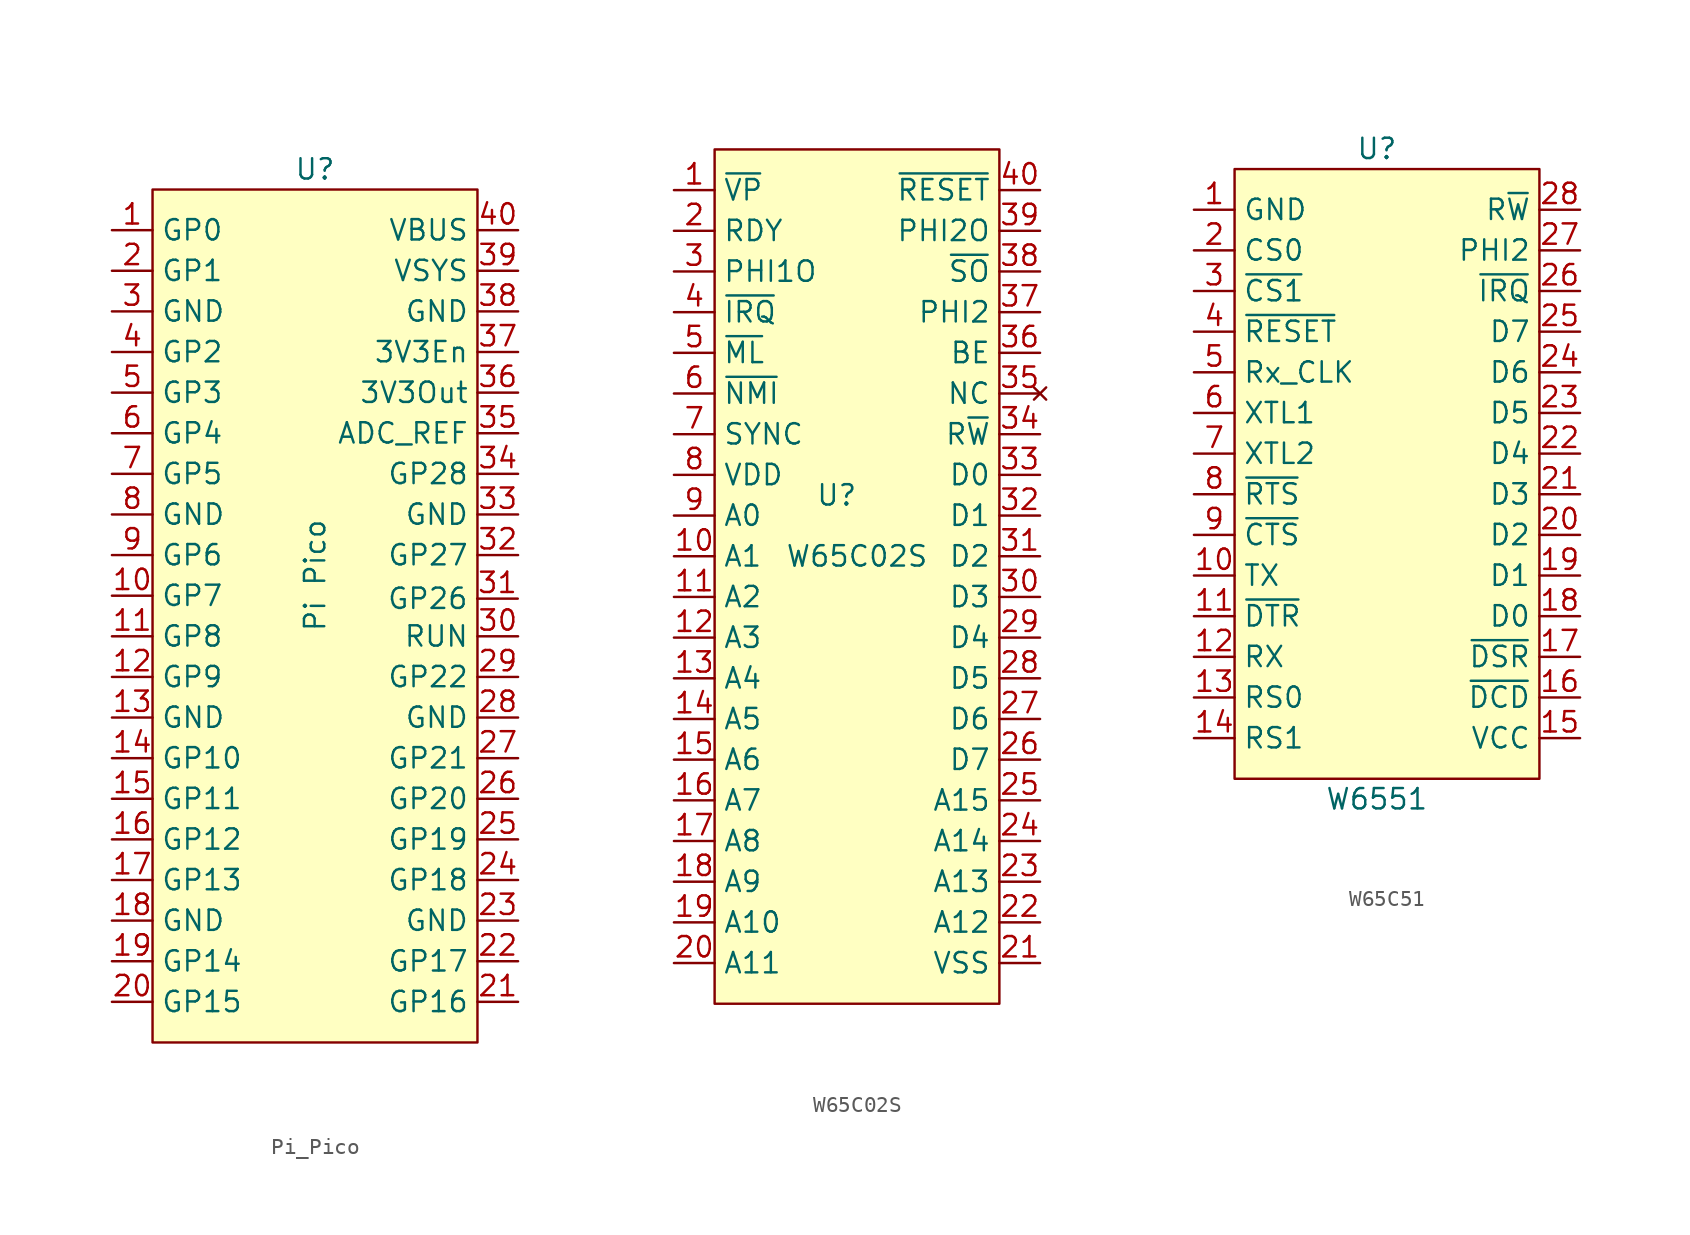
<source format=kicad_sym>
(kicad_symbol_lib
  (version 20220914)
  (generator kicad_symbol_editor)
  (symbol "Pi_Pico"
    (property "Reference" "U"
      (at 0 26.67 0)
      (effects (font (size 1.27 1.27))))
    (property "Value" "Pi Pico"
      (at 0 1.27 90)
      (effects (font (size 1.27 1.27))))
    (symbol "Pi_Pico_1_1"
      (rectangle (start -10.16 25.4) (end 10.16 -27.94) (stroke (width 0) (type default)) (fill (type background)))
      (pin bidirectional line (at -12.7 22.86 0) (length 2.54) (name "GP0" (effects (font (size 1.27 1.27)))) (number "1" (effects (font (size 1.27 1.27)))))
      (pin bidirectional line (at -12.7 0 0) (length 2.54) (name "GP7" (effects (font (size 1.27 1.27)))) (number "10" (effects (font (size 1.27 1.27)))))
      (pin bidirectional line (at -12.7 -2.54 0) (length 2.54) (name "GP8" (effects (font (size 1.27 1.27)))) (number "11" (effects (font (size 1.27 1.27)))))
      (pin bidirectional line (at -12.7 -5.08 0) (length 2.54) (name "GP9" (effects (font (size 1.27 1.27)))) (number "12" (effects (font (size 1.27 1.27)))))
      (pin power_in line (at -12.7 -7.62 0) (length 2.54) (name "GND" (effects (font (size 1.27 1.27)))) (number "13" (effects (font (size 1.27 1.27)))))
      (pin bidirectional line (at -12.7 -10.16 0) (length 2.54) (name "GP10" (effects (font (size 1.27 1.27)))) (number "14" (effects (font (size 1.27 1.27)))))
      (pin bidirectional line (at -12.7 -12.7 0) (length 2.54) (name "GP11" (effects (font (size 1.27 1.27)))) (number "15" (effects (font (size 1.27 1.27)))))
      (pin bidirectional line (at -12.7 -15.24 0) (length 2.54) (name "GP12" (effects (font (size 1.27 1.27)))) (number "16" (effects (font (size 1.27 1.27)))))
      (pin bidirectional line (at -12.7 -17.78 0) (length 2.54) (name "GP13" (effects (font (size 1.27 1.27)))) (number "17" (effects (font (size 1.27 1.27)))))
      (pin power_in line (at -12.7 -20.32 0) (length 2.54) (name "GND" (effects (font (size 1.27 1.27)))) (number "18" (effects (font (size 1.27 1.27)))))
      (pin bidirectional line (at -12.7 -22.86 0) (length 2.54) (name "GP14" (effects (font (size 1.27 1.27)))) (number "19" (effects (font (size 1.27 1.27)))))
      (pin bidirectional line (at -12.7 20.32 0) (length 2.54) (name "GP1" (effects (font (size 1.27 1.27)))) (number "2" (effects (font (size 1.27 1.27)))))
      (pin bidirectional line (at -12.7 -25.4 0) (length 2.54) (name "GP15" (effects (font (size 1.27 1.27)))) (number "20" (effects (font (size 1.27 1.27)))))
      (pin bidirectional line (at 12.7 -25.4 180) (length 2.54) (name "GP16" (effects (font (size 1.27 1.27)))) (number "21" (effects (font (size 1.27 1.27)))))
      (pin bidirectional line (at 12.7 -22.86 180) (length 2.54) (name "GP17" (effects (font (size 1.27 1.27)))) (number "22" (effects (font (size 1.27 1.27)))))
      (pin power_in line (at 12.7 -20.32 180) (length 2.54) (name "GND" (effects (font (size 1.27 1.27)))) (number "23" (effects (font (size 1.27 1.27)))))
      (pin bidirectional line (at 12.7 -17.78 180) (length 2.54) (name "GP18" (effects (font (size 1.27 1.27)))) (number "24" (effects (font (size 1.27 1.27)))))
      (pin bidirectional line (at 12.7 -15.24 180) (length 2.54) (name "GP19" (effects (font (size 1.27 1.27)))) (number "25" (effects (font (size 1.27 1.27)))))
      (pin bidirectional line (at 12.7 -12.7 180) (length 2.54) (name "GP20" (effects (font (size 1.27 1.27)))) (number "26" (effects (font (size 1.27 1.27)))))
      (pin bidirectional line (at 12.7 -10.16 180) (length 2.54) (name "GP21" (effects (font (size 1.27 1.27)))) (number "27" (effects (font (size 1.27 1.27)))))
      (pin power_in line (at 12.7 -7.62 180) (length 2.54) (name "GND" (effects (font (size 1.27 1.27)))) (number "28" (effects (font (size 1.27 1.27)))))
      (pin bidirectional line (at 12.7 -5.08 180) (length 2.54) (name "GP22" (effects (font (size 1.27 1.27)))) (number "29" (effects (font (size 1.27 1.27)))))
      (pin power_in line (at -12.7 17.78 0) (length 2.54) (name "GND" (effects (font (size 1.27 1.27)))) (number "3" (effects (font (size 1.27 1.27)))))
      (pin input line (at 12.7 -2.54 180) (length 2.54) (name "RUN" (effects (font (size 1.27 1.27)))) (number "30" (effects (font (size 1.27 1.27)))))
      (pin bidirectional line (at 12.681 -0.184 180) (length 2.54) (name "GP26" (effects (font (size 1.27 1.27)))) (number "31" (effects (font (size 1.27 1.27)))))
      (pin bidirectional line (at 12.7 2.54 180) (length 2.54) (name "GP27" (effects (font (size 1.27 1.27)))) (number "32" (effects (font (size 1.27 1.27)))))
      (pin power_in line (at 12.7 5.08 180) (length 2.54) (name "GND" (effects (font (size 1.27 1.27)))) (number "33" (effects (font (size 1.27 1.27)))))
      (pin bidirectional line (at 12.7 7.62 180) (length 2.54) (name "GP28" (effects (font (size 1.27 1.27)))) (number "34" (effects (font (size 1.27 1.27)))))
      (pin input line (at 12.7 10.16 180) (length 2.54) (name "ADC_REF" (effects (font (size 1.27 1.27)))) (number "35" (effects (font (size 1.27 1.27)))))
      (pin power_out line (at 12.7 12.7 180) (length 2.54) (name "3V3Out" (effects (font (size 1.27 1.27)))) (number "36" (effects (font (size 1.27 1.27)))))
      (pin input line (at 12.7 15.24 180) (length 2.54) (name "3V3En" (effects (font (size 1.27 1.27)))) (number "37" (effects (font (size 1.27 1.27)))))
      (pin power_in line (at 12.7 17.78 180) (length 2.54) (name "GND" (effects (font (size 1.27 1.27)))) (number "38" (effects (font (size 1.27 1.27)))))
      (pin power_out line (at 12.7 20.32 180) (length 2.54) (name "VSYS" (effects (font (size 1.27 1.27)))) (number "39" (effects (font (size 1.27 1.27)))))
      (pin bidirectional line (at -12.7 15.24 0) (length 2.54) (name "GP2" (effects (font (size 1.27 1.27)))) (number "4" (effects (font (size 1.27 1.27)))))
      (pin power_in line (at 12.7 22.86 180) (length 2.54) (name "VBUS" (effects (font (size 1.27 1.27)))) (number "40" (effects (font (size 1.27 1.27)))))
      (pin bidirectional line (at -12.7 12.7 0) (length 2.54) (name "GP3" (effects (font (size 1.27 1.27)))) (number "5" (effects (font (size 1.27 1.27)))))
      (pin bidirectional line (at -12.7 10.16 0) (length 2.54) (name "GP4" (effects (font (size 1.27 1.27)))) (number "6" (effects (font (size 1.27 1.27)))))
      (pin power_in line (at -12.7 7.62 0) (length 2.54) (name "GP5" (effects (font (size 1.27 1.27)))) (number "7" (effects (font (size 1.27 1.27)))))
      (pin power_in line (at -12.7 5.08 0) (length 2.54) (name "GND" (effects (font (size 1.27 1.27)))) (number "8" (effects (font (size 1.27 1.27)))))
      (pin bidirectional line (at -12.7 2.54 0) (length 2.54) (name "GP6" (effects (font (size 1.27 1.27)))) (number "9" (effects (font (size 1.27 1.27)))))))
  (symbol "W65C02S"
    (property "Reference" "U"
      (at -1.27 1.27 0)
      (effects (font (size 1.27 1.27))))
    (property "Value" "W65C02S"
      (at 0 -2.54 0)
      (effects (font (size 1.27 1.27))))
    (symbol "W65C02S_1_1"
      (rectangle (start -8.89 22.86) (end 8.89 -30.48) (stroke (width 0) (type default)) (fill (type background)))
      (pin output line (at -11.43 20.32 0) (length 2.54) (name "~{VP}" (effects (font (size 1.27 1.27)))) (number "1" (effects (font (size 1.27 1.27)))))
      (pin output line (at -11.43 -2.54 0) (length 2.54) (name "A1" (effects (font (size 1.27 1.27)))) (number "10" (effects (font (size 1.27 1.27)))))
      (pin output line (at -11.43 -5.08 0) (length 2.54) (name "A2" (effects (font (size 1.27 1.27)))) (number "11" (effects (font (size 1.27 1.27)))))
      (pin output line (at -11.43 -7.62 0) (length 2.54) (name "A3" (effects (font (size 1.27 1.27)))) (number "12" (effects (font (size 1.27 1.27)))))
      (pin output line (at -11.43 -10.16 0) (length 2.54) (name "A4" (effects (font (size 1.27 1.27)))) (number "13" (effects (font (size 1.27 1.27)))))
      (pin output line (at -11.43 -12.7 0) (length 2.54) (name "A5" (effects (font (size 1.27 1.27)))) (number "14" (effects (font (size 1.27 1.27)))))
      (pin output line (at -11.43 -15.24 0) (length 2.54) (name "A6" (effects (font (size 1.27 1.27)))) (number "15" (effects (font (size 1.27 1.27)))))
      (pin output line (at -11.43 -17.78 0) (length 2.54) (name "A7" (effects (font (size 1.27 1.27)))) (number "16" (effects (font (size 1.27 1.27)))))
      (pin output line (at -11.43 -20.32 0) (length 2.54) (name "A8" (effects (font (size 1.27 1.27)))) (number "17" (effects (font (size 1.27 1.27)))))
      (pin output line (at -11.43 -22.86 0) (length 2.54) (name "A9" (effects (font (size 1.27 1.27)))) (number "18" (effects (font (size 1.27 1.27)))))
      (pin output line (at -11.43 -25.4 0) (length 2.54) (name "A10" (effects (font (size 1.27 1.27)))) (number "19" (effects (font (size 1.27 1.27)))))
      (pin input line (at -11.43 17.78 0) (length 2.54) (name "RDY" (effects (font (size 1.27 1.27)))) (number "2" (effects (font (size 1.27 1.27)))))
      (pin output line (at -11.43 -27.94 0) (length 2.54) (name "A11" (effects (font (size 1.27 1.27)))) (number "20" (effects (font (size 1.27 1.27)))))
      (pin power_in line (at 11.43 -27.94 180) (length 2.54) (name "VSS" (effects (font (size 1.27 1.27)))) (number "21" (effects (font (size 1.27 1.27)))))
      (pin output line (at 11.43 -25.4 180) (length 2.54) (name "A12" (effects (font (size 1.27 1.27)))) (number "22" (effects (font (size 1.27 1.27)))))
      (pin output line (at 11.43 -22.86 180) (length 2.54) (name "A13" (effects (font (size 1.27 1.27)))) (number "23" (effects (font (size 1.27 1.27)))))
      (pin output line (at 11.43 -20.32 180) (length 2.54) (name "A14" (effects (font (size 1.27 1.27)))) (number "24" (effects (font (size 1.27 1.27)))))
      (pin output line (at 11.43 -17.78 180) (length 2.54) (name "A15" (effects (font (size 1.27 1.27)))) (number "25" (effects (font (size 1.27 1.27)))))
      (pin bidirectional line (at 11.43 -15.24 180) (length 2.54) (name "D7" (effects (font (size 1.27 1.27)))) (number "26" (effects (font (size 1.27 1.27)))))
      (pin bidirectional line (at 11.43 -12.7 180) (length 2.54) (name "D6" (effects (font (size 1.27 1.27)))) (number "27" (effects (font (size 1.27 1.27)))))
      (pin bidirectional line (at 11.43 -10.16 180) (length 2.54) (name "D5" (effects (font (size 1.27 1.27)))) (number "28" (effects (font (size 1.27 1.27)))))
      (pin bidirectional line (at 11.43 -7.62 180) (length 2.54) (name "D4" (effects (font (size 1.27 1.27)))) (number "29" (effects (font (size 1.27 1.27)))))
      (pin output line (at -11.43 15.24 0) (length 2.54) (name "PHI1O" (effects (font (size 1.27 1.27)))) (number "3" (effects (font (size 1.27 1.27)))))
      (pin bidirectional line (at 11.43 -5.08 180) (length 2.54) (name "D3" (effects (font (size 1.27 1.27)))) (number "30" (effects (font (size 1.27 1.27)))))
      (pin bidirectional line (at 11.43 -2.54 180) (length 2.54) (name "D2" (effects (font (size 1.27 1.27)))) (number "31" (effects (font (size 1.27 1.27)))))
      (pin bidirectional line (at 11.43 0 180) (length 2.54) (name "D1" (effects (font (size 1.27 1.27)))) (number "32" (effects (font (size 1.27 1.27)))))
      (pin bidirectional line (at 11.43 2.54 180) (length 2.54) (name "D0" (effects (font (size 1.27 1.27)))) (number "33" (effects (font (size 1.27 1.27)))))
      (pin output line (at 11.43 5.08 180) (length 2.54) (name "R~{W}" (effects (font (size 1.27 1.27)))) (number "34" (effects (font (size 1.27 1.27)))))
      (pin no_connect line (at 11.43 7.62 180) (length 2.54) (name "NC" (effects (font (size 1.27 1.27)))) (number "35" (effects (font (size 1.27 1.27)))))
      (pin input line (at 11.43 10.16 180) (length 2.54) (name "BE" (effects (font (size 1.27 1.27)))) (number "36" (effects (font (size 1.27 1.27)))))
      (pin input line (at 11.43 12.7 180) (length 2.54) (name "PHI2" (effects (font (size 1.27 1.27)))) (number "37" (effects (font (size 1.27 1.27)))))
      (pin input line (at 11.43 15.24 180) (length 2.54) (name "~{SO}" (effects (font (size 1.27 1.27)))) (number "38" (effects (font (size 1.27 1.27)))))
      (pin output line (at 11.43 17.78 180) (length 2.54) (name "PHI2O" (effects (font (size 1.27 1.27)))) (number "39" (effects (font (size 1.27 1.27)))))
      (pin input line (at -11.43 12.7 0) (length 2.54) (name "~{IRQ}" (effects (font (size 1.27 1.27)))) (number "4" (effects (font (size 1.27 1.27)))))
      (pin input line (at 11.43 20.32 180) (length 2.54) (name "~{RESET}" (effects (font (size 1.27 1.27)))) (number "40" (effects (font (size 1.27 1.27)))))
      (pin output line (at -11.43 10.16 0) (length 2.54) (name "~{ML}" (effects (font (size 1.27 1.27)))) (number "5" (effects (font (size 1.27 1.27)))))
      (pin input line (at -11.43 7.62 0) (length 2.54) (name "~{NMI}" (effects (font (size 1.27 1.27)))) (number "6" (effects (font (size 1.27 1.27)))))
      (pin output line (at -11.43 5.08 0) (length 2.54) (name "SYNC" (effects (font (size 1.27 1.27)))) (number "7" (effects (font (size 1.27 1.27)))))
      (pin power_in line (at -11.43 2.54 0) (length 2.54) (name "VDD" (effects (font (size 1.27 1.27)))) (number "8" (effects (font (size 1.27 1.27)))))
      (pin output line (at -11.43 0 0) (length 2.54) (name "A0" (effects (font (size 1.27 1.27)))) (number "9" (effects (font (size 1.27 1.27)))))))
  (symbol "W65C51"
    (property "Reference" "U"
      (at 0 20.32 0)
      (effects (font (size 1.27 1.27))))
    (property "Value" "W6551"
      (at 0 -20.32 0)
      (effects (font (size 1.27 1.27))))
    (symbol "W65C51_1_1"
      (rectangle (start -8.89 19.05) (end 10.16 -19.05) (stroke (width 0) (type default)) (fill (type background)))
      (pin power_in line (at -11.43 16.51 0) (length 2.54) (name "GND" (effects (font (size 1.27 1.27)))) (number "1" (effects (font (size 1.27 1.27)))))
      (pin output line (at -11.43 -6.35 0) (length 2.54) (name "TX" (effects (font (size 1.27 1.27)))) (number "10" (effects (font (size 1.27 1.27)))))
      (pin output line (at -11.43 -8.89 0) (length 2.54) (name "~{DTR}" (effects (font (size 1.27 1.27)))) (number "11" (effects (font (size 1.27 1.27)))))
      (pin input line (at -11.43 -11.43 0) (length 2.54) (name "RX" (effects (font (size 1.27 1.27)))) (number "12" (effects (font (size 1.27 1.27)))))
      (pin input line (at -11.43 -13.97 0) (length 2.54) (name "RS0" (effects (font (size 1.27 1.27)))) (number "13" (effects (font (size 1.27 1.27)))))
      (pin input line (at -11.43 -16.51 0) (length 2.54) (name "RS1" (effects (font (size 1.27 1.27)))) (number "14" (effects (font (size 1.27 1.27)))))
      (pin power_in line (at 12.7 -16.51 180) (length 2.54) (name "VCC" (effects (font (size 1.27 1.27)))) (number "15" (effects (font (size 1.27 1.27)))))
      (pin input line (at 12.7 -13.97 180) (length 2.54) (name "~{DCD}" (effects (font (size 1.27 1.27)))) (number "16" (effects (font (size 1.27 1.27)))))
      (pin input line (at 12.7 -11.43 180) (length 2.54) (name "~{DSR}" (effects (font (size 1.27 1.27)))) (number "17" (effects (font (size 1.27 1.27)))))
      (pin bidirectional line (at 12.7 -8.89 180) (length 2.54) (name "D0" (effects (font (size 1.27 1.27)))) (number "18" (effects (font (size 1.27 1.27)))))
      (pin bidirectional line (at 12.7 -6.35 180) (length 2.54) (name "D1" (effects (font (size 1.27 1.27)))) (number "19" (effects (font (size 1.27 1.27)))))
      (pin input line (at -11.43 13.97 0) (length 2.54) (name "CS0" (effects (font (size 1.27 1.27)))) (number "2" (effects (font (size 1.27 1.27)))))
      (pin bidirectional line (at 12.7 -3.81 180) (length 2.54) (name "D2" (effects (font (size 1.27 1.27)))) (number "20" (effects (font (size 1.27 1.27)))))
      (pin bidirectional line (at 12.7 -1.27 180) (length 2.54) (name "D3" (effects (font (size 1.27 1.27)))) (number "21" (effects (font (size 1.27 1.27)))))
      (pin bidirectional line (at 12.7 1.27 180) (length 2.54) (name "D4" (effects (font (size 1.27 1.27)))) (number "22" (effects (font (size 1.27 1.27)))))
      (pin bidirectional line (at 12.7 3.81 180) (length 2.54) (name "D5" (effects (font (size 1.27 1.27)))) (number "23" (effects (font (size 1.27 1.27)))))
      (pin bidirectional line (at 12.7 6.35 180) (length 2.54) (name "D6" (effects (font (size 1.27 1.27)))) (number "24" (effects (font (size 1.27 1.27)))))
      (pin bidirectional line (at 12.7 8.89 180) (length 2.54) (name "D7" (effects (font (size 1.27 1.27)))) (number "25" (effects (font (size 1.27 1.27)))))
      (pin output line (at 12.7 11.43 180) (length 2.54) (name "~{IRQ}" (effects (font (size 1.27 1.27)))) (number "26" (effects (font (size 1.27 1.27)))))
      (pin input line (at 12.7 13.97 180) (length 2.54) (name "PHI2" (effects (font (size 1.27 1.27)))) (number "27" (effects (font (size 1.27 1.27)))))
      (pin input line (at 12.7 16.51 180) (length 2.54) (name "R~{W}" (effects (font (size 1.27 1.27)))) (number "28" (effects (font (size 1.27 1.27)))))
      (pin input line (at -11.43 11.43 0) (length 2.54) (name "~{CS1}" (effects (font (size 1.27 1.27)))) (number "3" (effects (font (size 1.27 1.27)))))
      (pin input line (at -11.43 8.89 0) (length 2.54) (name "~{RESET}" (effects (font (size 1.27 1.27)))) (number "4" (effects (font (size 1.27 1.27)))))
      (pin bidirectional line (at -11.43 6.35 0) (length 2.54) (name "Rx_CLK" (effects (font (size 1.27 1.27)))) (number "5" (effects (font (size 1.27 1.27)))))
      (pin input line (at -11.43 3.81 0) (length 2.54) (name "XTL1" (effects (font (size 1.27 1.27)))) (number "6" (effects (font (size 1.27 1.27)))))
      (pin input line (at -11.43 1.27 0) (length 2.54) (name "XTL2" (effects (font (size 1.27 1.27)))) (number "7" (effects (font (size 1.27 1.27)))))
      (pin output line (at -11.43 -1.27 0) (length 2.54) (name "~{RTS}" (effects (font (size 1.27 1.27)))) (number "8" (effects (font (size 1.27 1.27)))))
      (pin input line (at -11.43 -3.81 0) (length 2.54) (name "~{CTS}" (effects (font (size 1.27 1.27)))) (number "9" (effects (font (size 1.27 1.27))))))))
</source>
